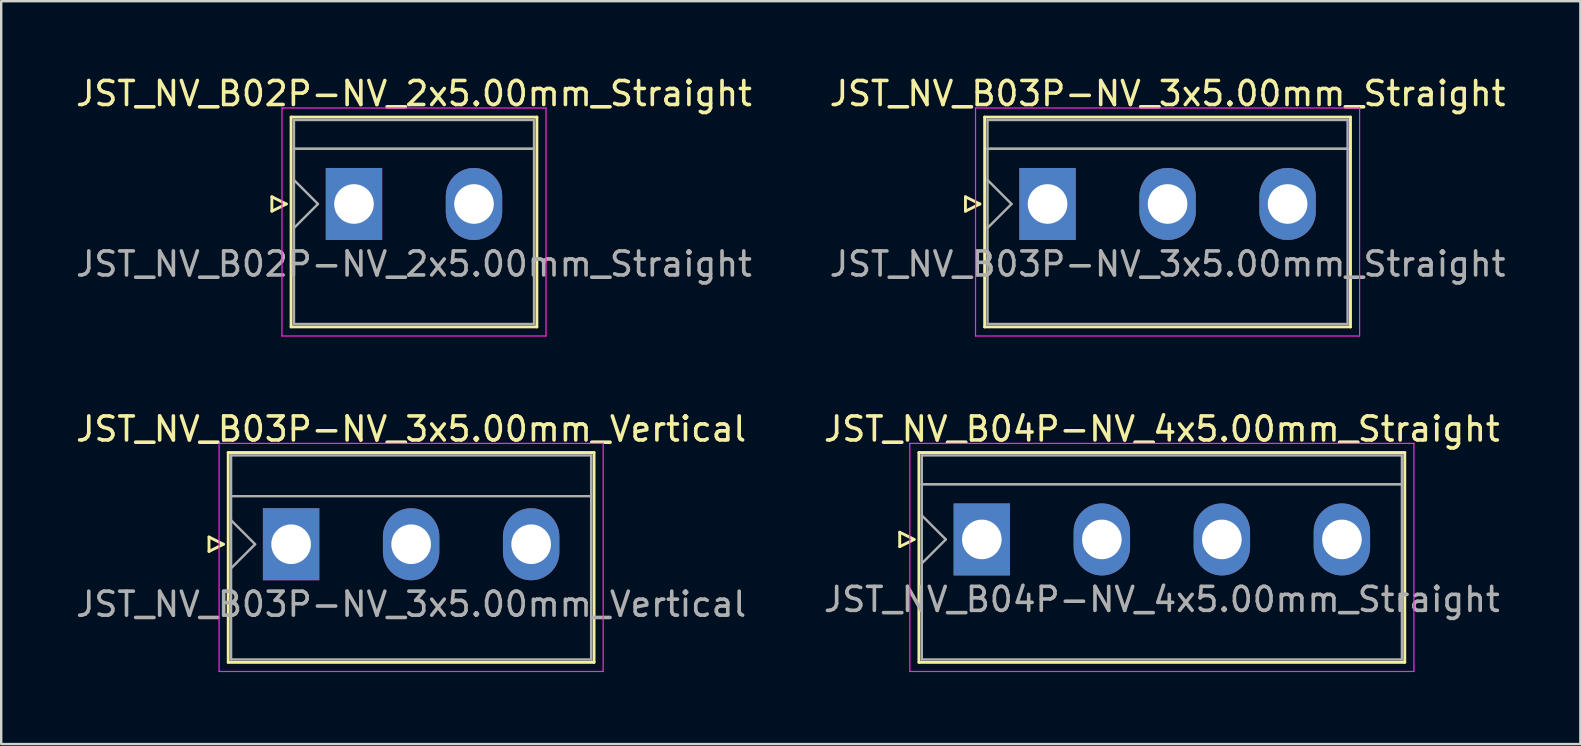
<source format=kicad_pcb>
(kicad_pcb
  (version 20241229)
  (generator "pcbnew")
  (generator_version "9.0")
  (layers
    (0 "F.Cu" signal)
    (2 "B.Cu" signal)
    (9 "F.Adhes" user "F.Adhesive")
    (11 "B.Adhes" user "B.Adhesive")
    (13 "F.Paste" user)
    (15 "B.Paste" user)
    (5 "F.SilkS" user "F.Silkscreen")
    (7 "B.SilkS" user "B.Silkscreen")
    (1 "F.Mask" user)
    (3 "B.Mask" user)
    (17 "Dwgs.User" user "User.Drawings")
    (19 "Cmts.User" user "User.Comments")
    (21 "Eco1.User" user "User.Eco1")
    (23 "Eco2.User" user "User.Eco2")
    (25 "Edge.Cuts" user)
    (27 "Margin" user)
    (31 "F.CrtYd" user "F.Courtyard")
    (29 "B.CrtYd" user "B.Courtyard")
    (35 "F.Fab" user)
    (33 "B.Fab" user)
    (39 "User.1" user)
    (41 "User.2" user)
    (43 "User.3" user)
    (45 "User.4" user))
  (footprint "JST_NV_B03P-NV_3x5.00mm_Straight"
    (layer "F.Cu")
    (at 40.589 5.448)
    (property "Reference" "JST_NV_B03P-NV_3x5.00mm_Straight" (at 5 -4.6 0) (layer "F.SilkS") (effects (font (size 1 1) (thickness 0.15))))
    (attr through_hole)
    (fp_line (start -3.42 -0.3) (end -2.82 0) (stroke (width 0.12) (type solid)) (layer "F.SilkS"))
    (fp_line (start -3.42 0.3) (end -3.42 -0.3) (stroke (width 0.12) (type solid)) (layer "F.SilkS"))
    (fp_line (start -2.82 0) (end -3.42 0.3) (stroke (width 0.12) (type solid)) (layer "F.SilkS"))
    (fp_line (start -2.62 -3.62) (end -2.62 5.12) (stroke (width 0.12) (type solid)) (layer "F.SilkS"))
    (fp_line (start -2.62 5.12) (end 12.62 5.12) (stroke (width 0.12) (type solid)) (layer "F.SilkS"))
    (fp_line (start 12.62 -3.62) (end -2.62 -3.62) (stroke (width 0.12) (type solid)) (layer "F.SilkS"))
    (fp_line (start 12.62 5.12) (end 12.62 -3.62) (stroke (width 0.12) (type solid)) (layer "F.SilkS"))
    (fp_line (start -3 -4) (end -3 5.5) (stroke (width 0.05) (type solid)) (layer "F.CrtYd"))
    (fp_line (start -3 5.5) (end 13 5.5) (stroke (width 0.05) (type solid)) (layer "F.CrtYd"))
    (fp_line (start 13 -4) (end -3 -4) (stroke (width 0.05) (type solid)) (layer "F.CrtYd"))
    (fp_line (start 13 5.5) (end 13 -4) (stroke (width 0.05) (type solid)) (layer "F.CrtYd"))
    (fp_line (start -2.5 -3.5) (end -2.5 5) (stroke (width 0.1) (type solid)) (layer "F.Fab"))
    (fp_line (start -2.5 -2.3) (end -2.5 -2.3) (stroke (width 0.1) (type solid)) (layer "F.Fab"))
    (fp_line (start -2.5 -2.3) (end 12.5 -2.3) (stroke (width 0.1) (type solid)) (layer "F.Fab"))
    (fp_line (start -2.5 -1) (end -1.5 0) (stroke (width 0.1) (type solid)) (layer "F.Fab"))
    (fp_line (start -2.5 1) (end -1.5 0) (stroke (width 0.1) (type solid)) (layer "F.Fab"))
    (fp_line (start -2.5 5) (end 12.5 5) (stroke (width 0.1) (type solid)) (layer "F.Fab"))
    (fp_line (start 12.5 -3.5) (end -2.5 -3.5) (stroke (width 0.1) (type solid)) (layer "F.Fab"))
    (fp_line (start 12.5 -2.3) (end -2.5 -2.3) (stroke (width 0.1) (type solid)) (layer "F.Fab"))
    (fp_line (start 12.5 -2.3) (end 12.5 -2.3) (stroke (width 0.1) (type solid)) (layer "F.Fab"))
    (fp_line (start 12.5 5) (end 12.5 -3.5) (stroke (width 0.1) (type solid)) (layer "F.Fab"))
    (fp_text user "${REFERENCE}" (at 5 2.5 0) (layer "F.Fab") (effects (font (size 1 1) (thickness 0.15))))
    (pad "1" thru_hole rect (at 0 0) (size 2.35 3) (drill 1.65) (layers "*.Cu" "*.Mask"))
    (pad "2" thru_hole oval (at 5 0) (size 2.35 3) (drill 1.65) (layers "*.Cu" "*.Mask"))
    (pad "3" thru_hole oval (at 10 0) (size 2.35 3) (drill 1.65) (layers "*.Cu" "*.Mask")))
  (footprint "JST_NV_B04P-NV_4x5.00mm_Straight"
    (layer "F.Cu")
    (at 37.851 19.422)
    (property "Reference" "JST_NV_B04P-NV_4x5.00mm_Straight" (at 7.5 -4.6 0) (layer "F.SilkS") (effects (font (size 1 1) (thickness 0.15))))
    (attr through_hole)
    (fp_line (start -3.42 -0.3) (end -2.82 0) (stroke (width 0.12) (type solid)) (layer "F.SilkS"))
    (fp_line (start -3.42 0.3) (end -3.42 -0.3) (stroke (width 0.12) (type solid)) (layer "F.SilkS"))
    (fp_line (start -2.82 0) (end -3.42 0.3) (stroke (width 0.12) (type solid)) (layer "F.SilkS"))
    (fp_line (start -2.62 -3.62) (end -2.62 5.12) (stroke (width 0.12) (type solid)) (layer "F.SilkS"))
    (fp_line (start -2.62 5.12) (end 17.62 5.12) (stroke (width 0.12) (type solid)) (layer "F.SilkS"))
    (fp_line (start 17.62 -3.62) (end -2.62 -3.62) (stroke (width 0.12) (type solid)) (layer "F.SilkS"))
    (fp_line (start 17.62 5.12) (end 17.62 -3.62) (stroke (width 0.12) (type solid)) (layer "F.SilkS"))
    (fp_line (start -3 -4) (end -3 5.5) (stroke (width 0.05) (type solid)) (layer "F.CrtYd"))
    (fp_line (start -3 5.5) (end 18 5.5) (stroke (width 0.05) (type solid)) (layer "F.CrtYd"))
    (fp_line (start 18 -4) (end -3 -4) (stroke (width 0.05) (type solid)) (layer "F.CrtYd"))
    (fp_line (start 18 5.5) (end 18 -4) (stroke (width 0.05) (type solid)) (layer "F.CrtYd"))
    (fp_line (start -2.5 -3.5) (end -2.5 5) (stroke (width 0.1) (type solid)) (layer "F.Fab"))
    (fp_line (start -2.5 -2.3) (end -2.5 -2.3) (stroke (width 0.1) (type solid)) (layer "F.Fab"))
    (fp_line (start -2.5 -2.3) (end 17.5 -2.3) (stroke (width 0.1) (type solid)) (layer "F.Fab"))
    (fp_line (start -2.5 -1) (end -1.5 0) (stroke (width 0.1) (type solid)) (layer "F.Fab"))
    (fp_line (start -2.5 1) (end -1.5 0) (stroke (width 0.1) (type solid)) (layer "F.Fab"))
    (fp_line (start -2.5 5) (end 17.5 5) (stroke (width 0.1) (type solid)) (layer "F.Fab"))
    (fp_line (start 17.5 -3.5) (end -2.5 -3.5) (stroke (width 0.1) (type solid)) (layer "F.Fab"))
    (fp_line (start 17.5 -2.3) (end -2.5 -2.3) (stroke (width 0.1) (type solid)) (layer "F.Fab"))
    (fp_line (start 17.5 -2.3) (end 17.5 -2.3) (stroke (width 0.1) (type solid)) (layer "F.Fab"))
    (fp_line (start 17.5 5) (end 17.5 -3.5) (stroke (width 0.1) (type solid)) (layer "F.Fab"))
    (fp_text user "${REFERENCE}" (at 7.5 2.5 0) (layer "F.Fab") (effects (font (size 1 1) (thickness 0.15))))
    (pad "1" thru_hole rect (at 0 0) (size 2.35 3) (drill 1.65) (layers "*.Cu" "*.Mask"))
    (pad "2" thru_hole oval (at 5 0) (size 2.35 3) (drill 1.65) (layers "*.Cu" "*.Mask"))
    (pad "3" thru_hole oval (at 10 0) (size 2.35 3) (drill 1.65) (layers "*.Cu" "*.Mask"))
    (pad "4" thru_hole oval (at 15 0) (size 2.35 3) (drill 1.65) (layers "*.Cu" "*.Mask")))
  (footprint "JST_NV_B02P-NV_2x5.00mm_Straight"
    (layer "F.Cu")
    (at 11.696 5.448)
    (property "Reference" "JST_NV_B02P-NV_2x5.00mm_Straight" (at 2.5 -4.6 0) (layer "F.SilkS") (effects (font (size 1 1) (thickness 0.15))))
    (attr through_hole)
    (fp_line (start -3.42 -0.3) (end -2.82 0) (stroke (width 0.12) (type solid)) (layer "F.SilkS"))
    (fp_line (start -3.42 0.3) (end -3.42 -0.3) (stroke (width 0.12) (type solid)) (layer "F.SilkS"))
    (fp_line (start -2.82 0) (end -3.42 0.3) (stroke (width 0.12) (type solid)) (layer "F.SilkS"))
    (fp_line (start -2.62 -3.62) (end -2.62 5.12) (stroke (width 0.12) (type solid)) (layer "F.SilkS"))
    (fp_line (start -2.62 5.12) (end 7.62 5.12) (stroke (width 0.12) (type solid)) (layer "F.SilkS"))
    (fp_line (start 7.62 -3.62) (end -2.62 -3.62) (stroke (width 0.12) (type solid)) (layer "F.SilkS"))
    (fp_line (start 7.62 5.12) (end 7.62 -3.62) (stroke (width 0.12) (type solid)) (layer "F.SilkS"))
    (fp_line (start -3 -4) (end -3 5.5) (stroke (width 0.05) (type solid)) (layer "F.CrtYd"))
    (fp_line (start -3 5.5) (end 8 5.5) (stroke (width 0.05) (type solid)) (layer "F.CrtYd"))
    (fp_line (start 8 -4) (end -3 -4) (stroke (width 0.05) (type solid)) (layer "F.CrtYd"))
    (fp_line (start 8 5.5) (end 8 -4) (stroke (width 0.05) (type solid)) (layer "F.CrtYd"))
    (fp_line (start -2.5 -3.5) (end -2.5 5) (stroke (width 0.1) (type solid)) (layer "F.Fab"))
    (fp_line (start -2.5 -2.3) (end -2.5 -2.3) (stroke (width 0.1) (type solid)) (layer "F.Fab"))
    (fp_line (start -2.5 -2.3) (end 7.5 -2.3) (stroke (width 0.1) (type solid)) (layer "F.Fab"))
    (fp_line (start -2.5 -1) (end -1.5 0) (stroke (width 0.1) (type solid)) (layer "F.Fab"))
    (fp_line (start -2.5 1) (end -1.5 0) (stroke (width 0.1) (type solid)) (layer "F.Fab"))
    (fp_line (start -2.5 5) (end 7.5 5) (stroke (width 0.1) (type solid)) (layer "F.Fab"))
    (fp_line (start 7.5 -3.5) (end -2.5 -3.5) (stroke (width 0.1) (type solid)) (layer "F.Fab"))
    (fp_line (start 7.5 -2.3) (end -2.5 -2.3) (stroke (width 0.1) (type solid)) (layer "F.Fab"))
    (fp_line (start 7.5 -2.3) (end 7.5 -2.3) (stroke (width 0.1) (type solid)) (layer "F.Fab"))
    (fp_line (start 7.5 5) (end 7.5 -3.5) (stroke (width 0.1) (type solid)) (layer "F.Fab"))
    (fp_text user "${REFERENCE}" (at 2.5 2.5 0) (layer "F.Fab") (effects (font (size 1 1) (thickness 0.15))))
    (pad "1" thru_hole rect (at 0 0) (size 2.35 3) (drill 1.65) (layers "*.Cu" "*.Mask"))
    (pad "2" thru_hole oval (at 5 0) (size 2.35 3) (drill 1.65) (layers "*.Cu" "*.Mask")))
  (footprint "JST_NV_B03P-NV_3x5.00mm_Vertical"
    (layer "F.Cu")
    (at 9.077 19.622)
    (property "Reference" "JST_NV_B03P-NV_3x5.00mm_Vertical" (at 5 -4.8 0) (layer "F.SilkS") (effects (font (size 1 1) (thickness 0.15))))
    (attr through_hole)
    (fp_line (start -3.42 -0.3) (end -2.82 0) (stroke (width 0.12) (type solid)) (layer "F.SilkS"))
    (fp_line (start -3.42 0.3) (end -3.42 -0.3) (stroke (width 0.12) (type solid)) (layer "F.SilkS"))
    (fp_line (start -2.82 0) (end -3.42 0.3) (stroke (width 0.12) (type solid)) (layer "F.SilkS"))
    (fp_line (start -2.62 -3.82) (end -2.62 4.92) (stroke (width 0.12) (type solid)) (layer "F.SilkS"))
    (fp_line (start -2.62 4.92) (end 12.62 4.92) (stroke (width 0.12) (type solid)) (layer "F.SilkS"))
    (fp_line (start 12.62 -3.82) (end -2.62 -3.82) (stroke (width 0.12) (type solid)) (layer "F.SilkS"))
    (fp_line (start 12.62 4.92) (end 12.62 -3.82) (stroke (width 0.12) (type solid)) (layer "F.SilkS"))
    (fp_line (start -3 -4.2) (end -3 5.3) (stroke (width 0.05) (type solid)) (layer "F.CrtYd"))
    (fp_line (start -3 5.3) (end 13 5.3) (stroke (width 0.05) (type solid)) (layer "F.CrtYd"))
    (fp_line (start 13 -4.2) (end -3 -4.2) (stroke (width 0.05) (type solid)) (layer "F.CrtYd"))
    (fp_line (start 13 5.3) (end 13 -4.2) (stroke (width 0.05) (type solid)) (layer "F.CrtYd"))
    (fp_line (start -2.5 -3.7) (end -2.5 4.8) (stroke (width 0.1) (type solid)) (layer "F.Fab"))
    (fp_line (start -2.5 -2) (end 12.5 -2) (stroke (width 0.1) (type solid)) (layer "F.Fab"))
    (fp_line (start -2.5 -1) (end -1.5 0) (stroke (width 0.1) (type solid)) (layer "F.Fab"))
    (fp_line (start -2.5 1) (end -1.5 0) (stroke (width 0.1) (type solid)) (layer "F.Fab"))
    (fp_line (start -2.5 4.8) (end 12.5 4.8) (stroke (width 0.1) (type solid)) (layer "F.Fab"))
    (fp_line (start 12.5 -3.7) (end -2.5 -3.7) (stroke (width 0.1) (type solid)) (layer "F.Fab"))
    (fp_line (start 12.5 4.8) (end 12.5 -3.7) (stroke (width 0.1) (type solid)) (layer "F.Fab"))
    (fp_text user "${REFERENCE}" (at 5 2.5 0) (layer "F.Fab") (effects (font (size 1 1) (thickness 0.15))))
    (pad "1" thru_hole rect (at 0 0) (size 2.35 3) (drill 1.65) (layers "*.Cu" "*.Mask"))
    (pad "2" thru_hole oval (at 5 0) (size 2.35 3) (drill 1.65) (layers "*.Cu" "*.Mask"))
    (pad "3" thru_hole oval (at 10 0) (size 2.35 3) (drill 1.65) (layers "*.Cu" "*.Mask")))
  (gr_rect
    (start -3 -3)
    (end 62.786 27.947)
    (stroke (width 0.1) (type default))
    (fill no)
    (layer "Edge.Cuts")))
</source>
